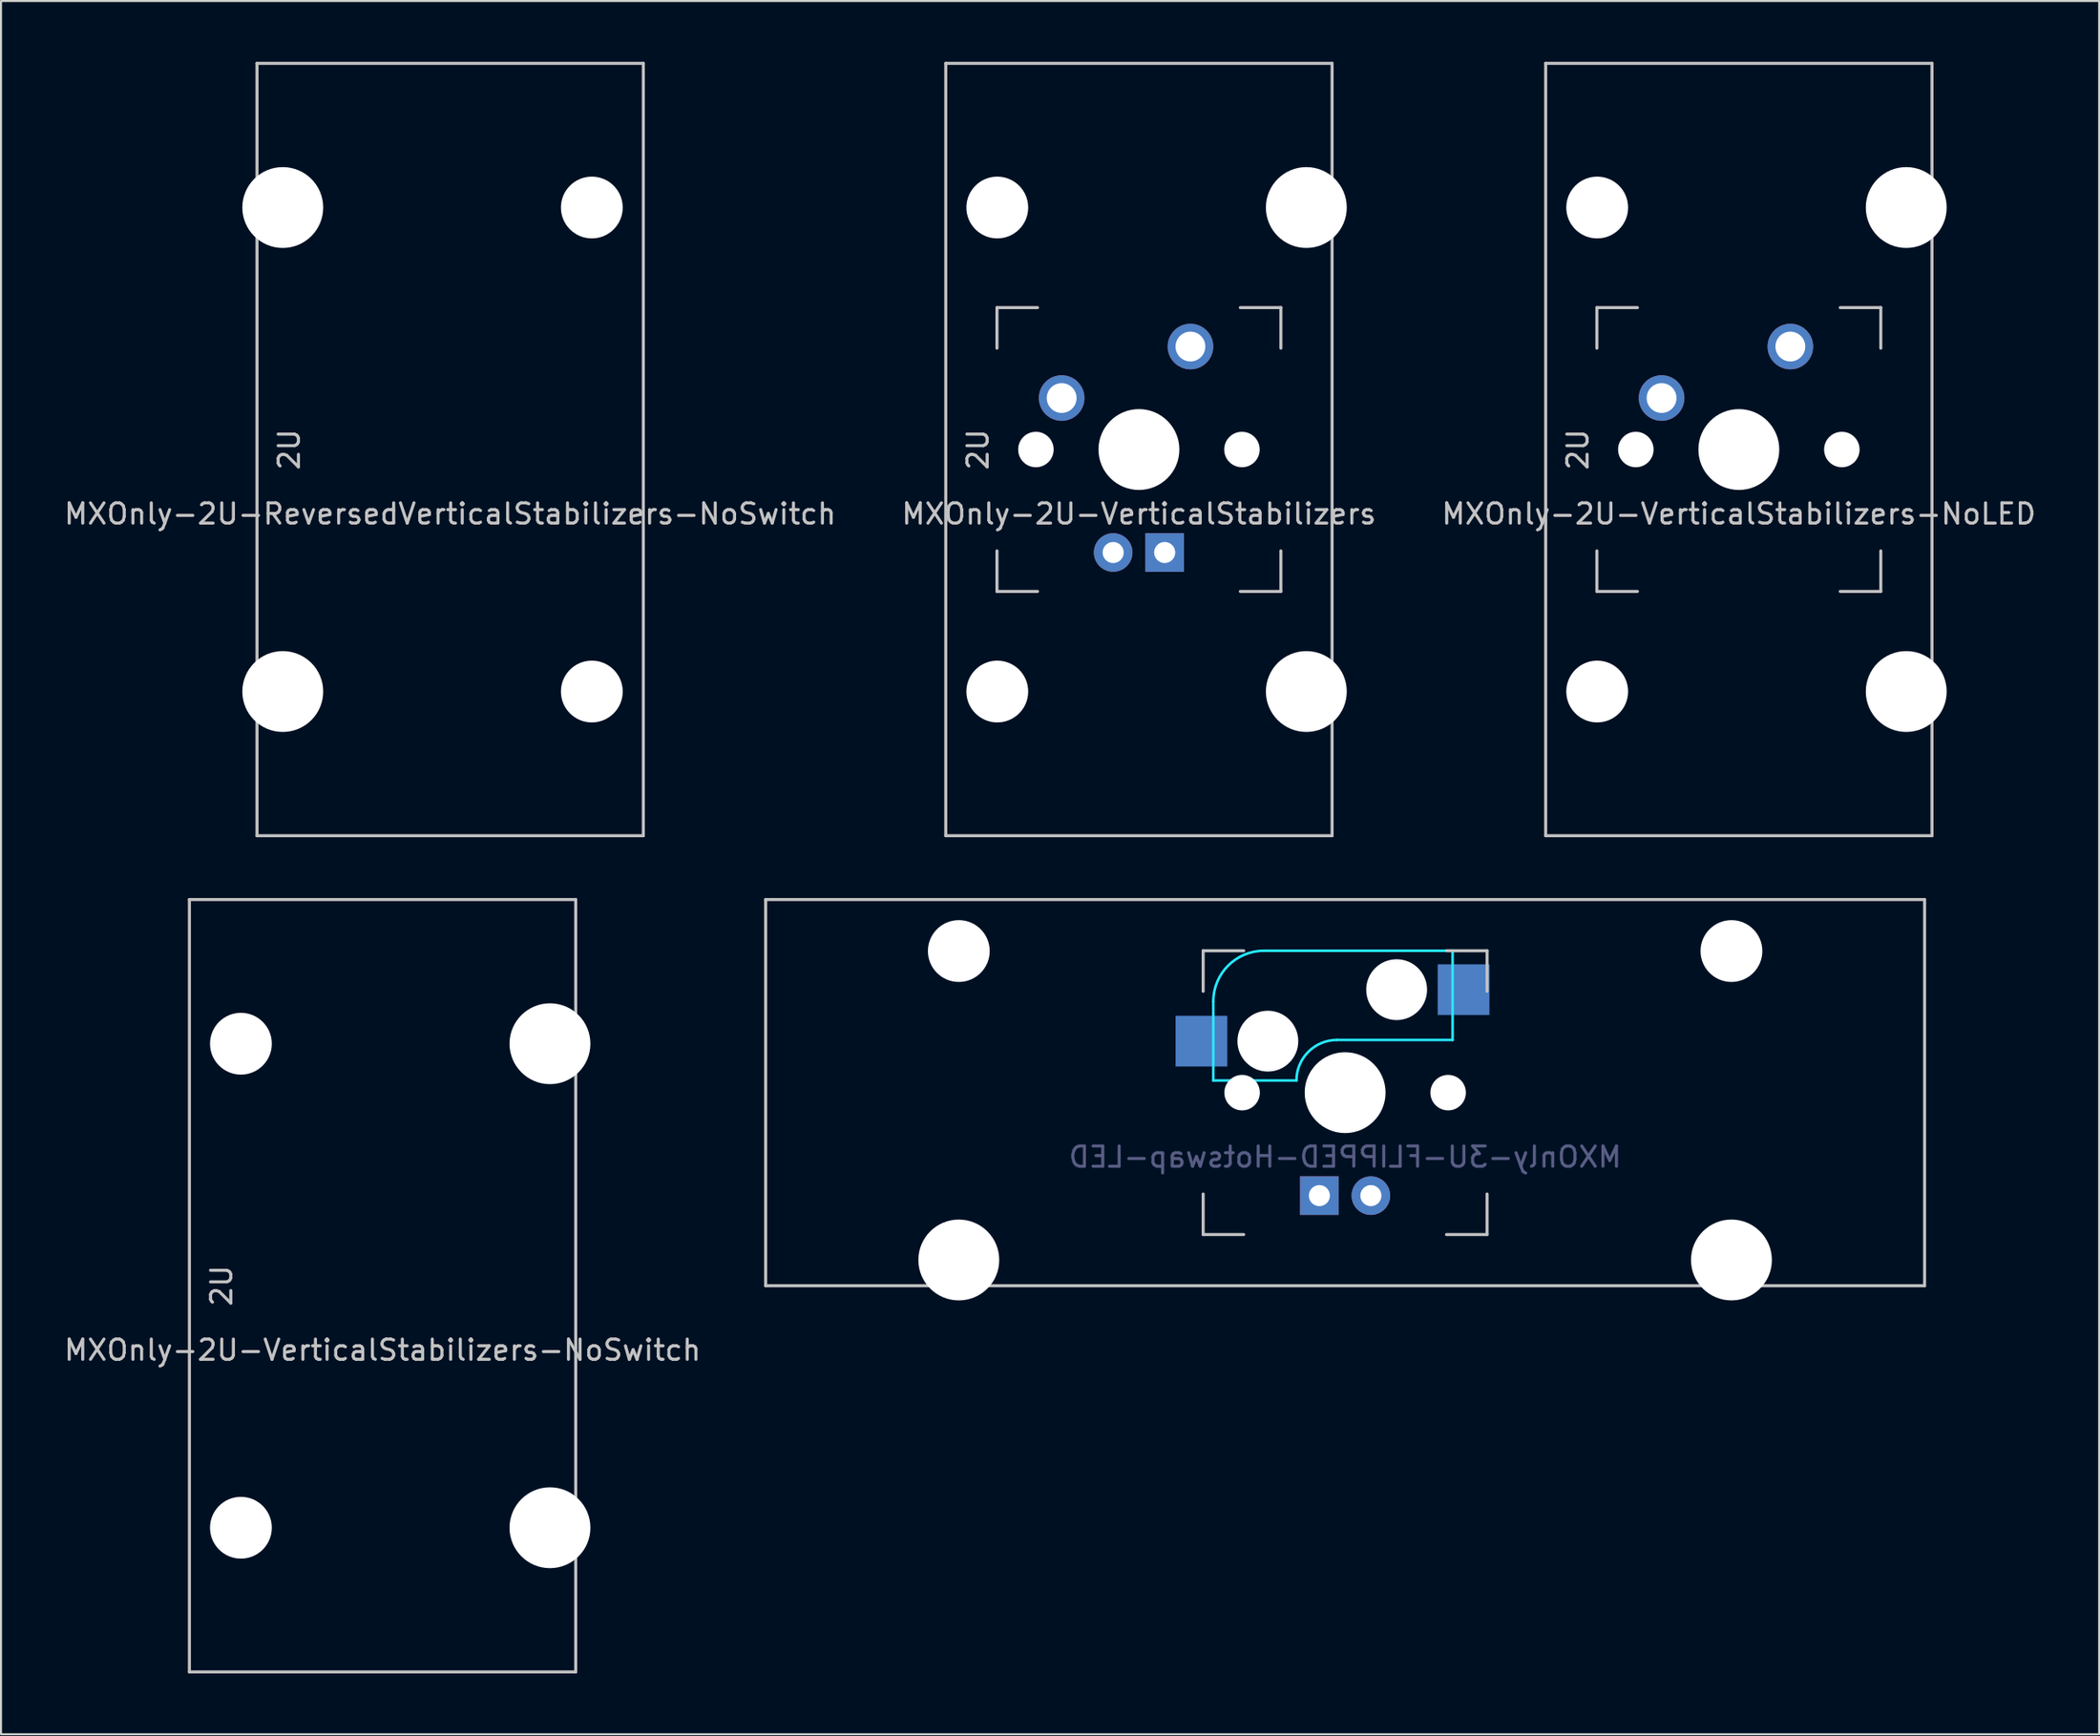
<source format=kicad_pcb>
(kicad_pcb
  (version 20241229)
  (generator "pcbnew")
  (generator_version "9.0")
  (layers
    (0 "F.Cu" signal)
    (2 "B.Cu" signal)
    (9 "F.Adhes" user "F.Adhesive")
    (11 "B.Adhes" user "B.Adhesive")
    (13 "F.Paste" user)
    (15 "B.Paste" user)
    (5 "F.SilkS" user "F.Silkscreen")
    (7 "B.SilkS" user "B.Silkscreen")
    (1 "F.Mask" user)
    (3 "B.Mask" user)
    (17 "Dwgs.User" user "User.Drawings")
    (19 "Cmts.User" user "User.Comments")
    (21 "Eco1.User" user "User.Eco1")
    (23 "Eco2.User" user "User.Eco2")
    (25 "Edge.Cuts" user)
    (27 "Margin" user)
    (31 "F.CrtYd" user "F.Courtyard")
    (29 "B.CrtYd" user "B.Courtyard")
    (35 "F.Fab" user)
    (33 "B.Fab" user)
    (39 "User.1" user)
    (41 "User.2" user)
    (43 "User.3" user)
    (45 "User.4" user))
  (footprint "MXOnly-2U-VerticalStabilizers-NoSwitch"
    (layer "F.Cu")
    (at 15.815 60.375)
    (property "Reference" "MXOnly-2U-VerticalStabilizers-NoSwitch" (at 0 3.175 0) (layer "Dwgs.User") (effects (font (size 1 1) (thickness 0.15))))
    (attr through_hole)
    (fp_line (start -9.525 -19.05) (end 9.525 -19.05) (stroke (width 0.15) (type solid)) (layer "Dwgs.User"))
    (fp_line (start -9.525 19.05) (end -9.525 -19.05) (stroke (width 0.15) (type solid)) (layer "Dwgs.User"))
    (fp_line (start 9.525 19.05) (end -9.525 19.05) (stroke (width 0.15) (type solid)) (layer "Dwgs.User"))
    (fp_line (start 9.525 19.05) (end 9.525 -19.05) (stroke (width 0.15) (type solid)) (layer "Dwgs.User"))
    (fp_text user "2U" (at -7.938 0 270) (layer "Dwgs.User") (effects (font (size 1 1) (thickness 0.15))))
    (pad "" np_thru_hole circle (at -6.985 -11.938 180) (size 3.048 3.048) (drill 3.048) (layers "*.Cu" "*.Mask"))
    (pad "" np_thru_hole circle (at -6.985 11.938 90) (size 3.048 3.048) (drill 3.048) (layers "*.Cu" "*.Mask"))
    (pad "" np_thru_hole circle (at 8.255 -11.938 90) (size 3.988 3.988) (drill 3.988) (layers "*.Cu" "*.Mask"))
    (pad "" np_thru_hole circle (at 8.255 11.938 90) (size 3.988 3.988) (drill 3.988) (layers "*.Cu" "*.Mask")))
  (footprint "MXOnly-2U-VerticalStabilizers"
    (layer "F.Cu")
    (at 53.113 19.125)
    (property "Reference" "MXOnly-2U-VerticalStabilizers" (at 0 3.175 0) (layer "Dwgs.User") (effects (font (size 1 1) (thickness 0.15))))
    (attr through_hole)
    (fp_line (start -9.525 -19.05) (end 9.525 -19.05) (stroke (width 0.15) (type solid)) (layer "Dwgs.User"))
    (fp_line (start -9.525 19.05) (end -9.525 -19.05) (stroke (width 0.15) (type solid)) (layer "Dwgs.User"))
    (fp_line (start -7 -7) (end -7 -5) (stroke (width 0.15) (type solid)) (layer "Dwgs.User"))
    (fp_line (start -7 5) (end -7 7) (stroke (width 0.15) (type solid)) (layer "Dwgs.User"))
    (fp_line (start -7 7) (end -5 7) (stroke (width 0.15) (type solid)) (layer "Dwgs.User"))
    (fp_line (start -5 -7) (end -7 -7) (stroke (width 0.15) (type solid)) (layer "Dwgs.User"))
    (fp_line (start 5 -7) (end 7 -7) (stroke (width 0.15) (type solid)) (layer "Dwgs.User"))
    (fp_line (start 5 7) (end 7 7) (stroke (width 0.15) (type solid)) (layer "Dwgs.User"))
    (fp_line (start 7 -7) (end 7 -5) (stroke (width 0.15) (type solid)) (layer "Dwgs.User"))
    (fp_line (start 7 7) (end 7 5) (stroke (width 0.15) (type solid)) (layer "Dwgs.User"))
    (fp_line (start 9.525 19.05) (end -9.525 19.05) (stroke (width 0.15) (type solid)) (layer "Dwgs.User"))
    (fp_line (start 9.525 19.05) (end 9.525 -19.05) (stroke (width 0.15) (type solid)) (layer "Dwgs.User"))
    (fp_text user "2U" (at -7.938 0 270) (layer "Dwgs.User") (effects (font (size 1 1) (thickness 0.15))))
    (pad "" np_thru_hole circle (at -6.985 -11.938 180) (size 3.048 3.048) (drill 3.048) (layers "*.Cu" "*.Mask"))
    (pad "" np_thru_hole circle (at -6.985 11.938 90) (size 3.048 3.048) (drill 3.048) (layers "*.Cu" "*.Mask"))
    (pad "" np_thru_hole circle (at -5.08 0 48.1) (size 1.75 1.75) (drill 1.75) (layers "*.Cu" "*.Mask"))
    (pad "" np_thru_hole circle (at 0 0) (size 3.988 3.988) (drill 3.988) (layers "*.Cu" "*.Mask"))
    (pad "" np_thru_hole circle (at 5.08 0 48.1) (size 1.75 1.75) (drill 1.75) (layers "*.Cu" "*.Mask"))
    (pad "" np_thru_hole circle (at 8.255 -11.938 90) (size 3.988 3.988) (drill 3.988) (layers "*.Cu" "*.Mask"))
    (pad "" np_thru_hole circle (at 8.255 11.938 90) (size 3.988 3.988) (drill 3.988) (layers "*.Cu" "*.Mask"))
    (pad "1" thru_hole circle (at -3.81 -2.54) (size 2.25 2.25) (drill 1.47) (layers "*.Cu" "B.Mask"))
    (pad "2" thru_hole circle (at 2.54 -5.08) (size 2.25 2.25) (drill 1.47) (layers "*.Cu" "B.Mask"))
    (pad "3" thru_hole circle (at -1.27 5.08) (size 1.905 1.905) (drill 1.04) (layers "*.Cu" "B.Mask"))
    (pad "4" thru_hole rect (at 1.27 5.08) (size 1.905 1.905) (drill 1.04) (layers "*.Cu" "B.Mask")))
  (footprint "MXOnly-3U-FLIPPED-Hotswap-LED"
    (layer "F.Cu")
    (at 63.281 50.85)
    (property "Reference" "MXOnly-3U-FLIPPED-Hotswap-LED" (at 0 3.175 0) (layer "B.Fab") (effects (font (size 1 1) (thickness 0.15)) (justify mirror)))
    (attr through_hole)
    (fp_line (start -28.575 -9.525) (end 28.575 -9.525) (stroke (width 0.15) (type solid)) (layer "Dwgs.User"))
    (fp_line (start -28.575 9.525) (end -28.575 -9.525) (stroke (width 0.15) (type solid)) (layer "Dwgs.User"))
    (fp_line (start -28.575 9.525) (end 28.575 9.525) (stroke (width 0.15) (type solid)) (layer "Dwgs.User"))
    (fp_line (start -7 -7) (end -7 -5) (stroke (width 0.15) (type solid)) (layer "Dwgs.User"))
    (fp_line (start -7 5) (end -7 7) (stroke (width 0.15) (type solid)) (layer "Dwgs.User"))
    (fp_line (start -7 7) (end -5 7) (stroke (width 0.15) (type solid)) (layer "Dwgs.User"))
    (fp_line (start -5 -7) (end -7 -7) (stroke (width 0.15) (type solid)) (layer "Dwgs.User"))
    (fp_line (start 5 -7) (end 7 -7) (stroke (width 0.15) (type solid)) (layer "Dwgs.User"))
    (fp_line (start 5 7) (end 7 7) (stroke (width 0.15) (type solid)) (layer "Dwgs.User"))
    (fp_line (start 7 -7) (end 7 -5) (stroke (width 0.15) (type solid)) (layer "Dwgs.User"))
    (fp_line (start 7 7) (end 7 5) (stroke (width 0.15) (type solid)) (layer "Dwgs.User"))
    (fp_line (start 28.575 -9.525) (end 28.575 9.525) (stroke (width 0.15) (type solid)) (layer "Dwgs.User"))
    (fp_line (start -6.5 -4.5) (end -6.5 -0.6) (stroke (width 0.127) (type solid)) (layer "B.CrtYd"))
    (fp_line (start -6.5 -0.6) (end -2.4 -0.6) (stroke (width 0.127) (type solid)) (layer "B.CrtYd"))
    (fp_line (start -0.4 -2.6) (end 5.3 -2.6) (stroke (width 0.127) (type solid)) (layer "B.CrtYd"))
    (fp_line (start 5.3 -7) (end -4 -7) (stroke (width 0.127) (type solid)) (layer "B.CrtYd"))
    (fp_line (start 5.3 -7) (end 5.3 -2.6) (stroke (width 0.127) (type solid)) (layer "B.CrtYd"))
    (fp_arc (start -6.5 -4.5) (mid -5.767767 -6.267767) (end -4 -7) (stroke (width 0.127) (type solid)) (layer "B.CrtYd"))
    (fp_arc (start -2.4 -0.6) (mid -1.814214 -2.014214) (end -0.4 -2.6) (stroke (width 0.127) (type solid)) (layer "B.CrtYd"))
    (pad "" np_thru_hole circle (at -19.05 -6.985) (size 3.048 3.048) (drill 3.048) (layers "*.Cu" "*.Mask"))
    (pad "" np_thru_hole circle (at -19.05 8.255) (size 3.988 3.988) (drill 3.988) (layers "*.Cu" "*.Mask"))
    (pad "" np_thru_hole circle (at -5.08 0 48.1) (size 1.75 1.75) (drill 1.75) (layers "*.Cu" "*.Mask"))
    (pad "" np_thru_hole circle (at -3.81 -2.54) (size 3 3) (drill 3) (layers "*.Cu" "*.Mask"))
    (pad "" np_thru_hole circle (at 0 0) (size 3.988 3.988) (drill 3.988) (layers "*.Cu" "*.Mask"))
    (pad "" np_thru_hole circle (at 2.54 -5.08) (size 3 3) (drill 3) (layers "*.Cu" "*.Mask"))
    (pad "" np_thru_hole circle (at 5.08 0 48.1) (size 1.75 1.75) (drill 1.75) (layers "*.Cu" "*.Mask"))
    (pad "" np_thru_hole circle (at 19.05 -6.985) (size 3.048 3.048) (drill 3.048) (layers "*.Cu" "*.Mask"))
    (pad "" np_thru_hole circle (at 19.05 8.255) (size 3.988 3.988) (drill 3.988) (layers "*.Cu" "*.Mask"))
    (pad "1" smd rect (at -7.085 -2.54) (size 2.55 2.5) (layers "B.Cu" "B.Mask" "B.Paste"))
    (pad "2" smd rect (at 5.842 -5.08) (size 2.55 2.5) (layers "B.Cu" "B.Mask" "B.Paste"))
    (pad "3" thru_hole circle (at 1.27 5.08 180) (size 1.905 1.905) (drill 1.04) (layers "*.Cu" "B.Mask"))
    (pad "4" thru_hole rect (at -1.27 5.08 180) (size 1.905 1.905) (drill 1.04) (layers "*.Cu" "B.Mask")))
  (footprint "MXOnly-2U-ReversedVerticalStabilizers-NoSwitch"
    (layer "F.Cu")
    (at 19.149 19.125)
    (property "Reference" "MXOnly-2U-ReversedVerticalStabilizers-NoSwitch" (at 0 3.175 0) (layer "Dwgs.User") (effects (font (size 1 1) (thickness 0.15))))
    (attr through_hole)
    (fp_line (start -9.525 -19.05) (end 9.525 -19.05) (stroke (width 0.15) (type solid)) (layer "Dwgs.User"))
    (fp_line (start -9.525 19.05) (end -9.525 -19.05) (stroke (width 0.15) (type solid)) (layer "Dwgs.User"))
    (fp_line (start 9.525 19.05) (end -9.525 19.05) (stroke (width 0.15) (type solid)) (layer "Dwgs.User"))
    (fp_line (start 9.525 19.05) (end 9.525 -19.05) (stroke (width 0.15) (type solid)) (layer "Dwgs.User"))
    (fp_text user "2U" (at -7.938 0 270) (layer "Dwgs.User") (effects (font (size 1 1) (thickness 0.15))))
    (pad "" np_thru_hole circle (at -8.255 -11.938 90) (size 3.988 3.988) (drill 3.988) (layers "*.Cu" "*.Mask"))
    (pad "" np_thru_hole circle (at -8.255 11.938 90) (size 3.988 3.988) (drill 3.988) (layers "*.Cu" "*.Mask"))
    (pad "" np_thru_hole circle (at 6.985 -11.938 180) (size 3.048 3.048) (drill 3.048) (layers "*.Cu" "*.Mask"))
    (pad "" np_thru_hole circle (at 6.985 11.938 90) (size 3.048 3.048) (drill 3.048) (layers "*.Cu" "*.Mask")))
  (footprint "MXOnly-2U-VerticalStabilizers-NoLED"
    (layer "F.Cu")
    (at 82.696 19.125)
    (property "Reference" "MXOnly-2U-VerticalStabilizers-NoLED" (at 0 3.175 0) (layer "Dwgs.User") (effects (font (size 1 1) (thickness 0.15))))
    (attr through_hole)
    (fp_line (start -9.525 -19.05) (end 9.525 -19.05) (stroke (width 0.15) (type solid)) (layer "Dwgs.User"))
    (fp_line (start -9.525 19.05) (end -9.525 -19.05) (stroke (width 0.15) (type solid)) (layer "Dwgs.User"))
    (fp_line (start -7 -7) (end -7 -5) (stroke (width 0.15) (type solid)) (layer "Dwgs.User"))
    (fp_line (start -7 5) (end -7 7) (stroke (width 0.15) (type solid)) (layer "Dwgs.User"))
    (fp_line (start -7 7) (end -5 7) (stroke (width 0.15) (type solid)) (layer "Dwgs.User"))
    (fp_line (start -5 -7) (end -7 -7) (stroke (width 0.15) (type solid)) (layer "Dwgs.User"))
    (fp_line (start 5 -7) (end 7 -7) (stroke (width 0.15) (type solid)) (layer "Dwgs.User"))
    (fp_line (start 5 7) (end 7 7) (stroke (width 0.15) (type solid)) (layer "Dwgs.User"))
    (fp_line (start 7 -7) (end 7 -5) (stroke (width 0.15) (type solid)) (layer "Dwgs.User"))
    (fp_line (start 7 7) (end 7 5) (stroke (width 0.15) (type solid)) (layer "Dwgs.User"))
    (fp_line (start 9.525 19.05) (end -9.525 19.05) (stroke (width 0.15) (type solid)) (layer "Dwgs.User"))
    (fp_line (start 9.525 19.05) (end 9.525 -19.05) (stroke (width 0.15) (type solid)) (layer "Dwgs.User"))
    (fp_text user "2U" (at -7.938 0 270) (layer "Dwgs.User") (effects (font (size 1 1) (thickness 0.15))))
    (pad "" np_thru_hole circle (at -6.985 -11.938 180) (size 3.048 3.048) (drill 3.048) (layers "*.Cu" "*.Mask"))
    (pad "" np_thru_hole circle (at -6.985 11.938 90) (size 3.048 3.048) (drill 3.048) (layers "*.Cu" "*.Mask"))
    (pad "" np_thru_hole circle (at -5.08 0 48.1) (size 1.75 1.75) (drill 1.75) (layers "*.Cu" "*.Mask"))
    (pad "" np_thru_hole circle (at 0 0) (size 3.988 3.988) (drill 3.988) (layers "*.Cu" "*.Mask"))
    (pad "" np_thru_hole circle (at 5.08 0 48.1) (size 1.75 1.75) (drill 1.75) (layers "*.Cu" "*.Mask"))
    (pad "" np_thru_hole circle (at 8.255 -11.938 90) (size 3.988 3.988) (drill 3.988) (layers "*.Cu" "*.Mask"))
    (pad "" np_thru_hole circle (at 8.255 11.938 90) (size 3.988 3.988) (drill 3.988) (layers "*.Cu" "*.Mask"))
    (pad "1" thru_hole circle (at -3.81 -2.54) (size 2.25 2.25) (drill 1.47) (layers "*.Cu" "B.Mask"))
    (pad "2" thru_hole circle (at 2.54 -5.08) (size 2.25 2.25) (drill 1.47) (layers "*.Cu" "B.Mask")))
  (gr_rect
    (start -3 -3)
    (end 100.464 82.5)
    (stroke (width 0.1) (type default))
    (fill no)
    (layer "Edge.Cuts")))
</source>
